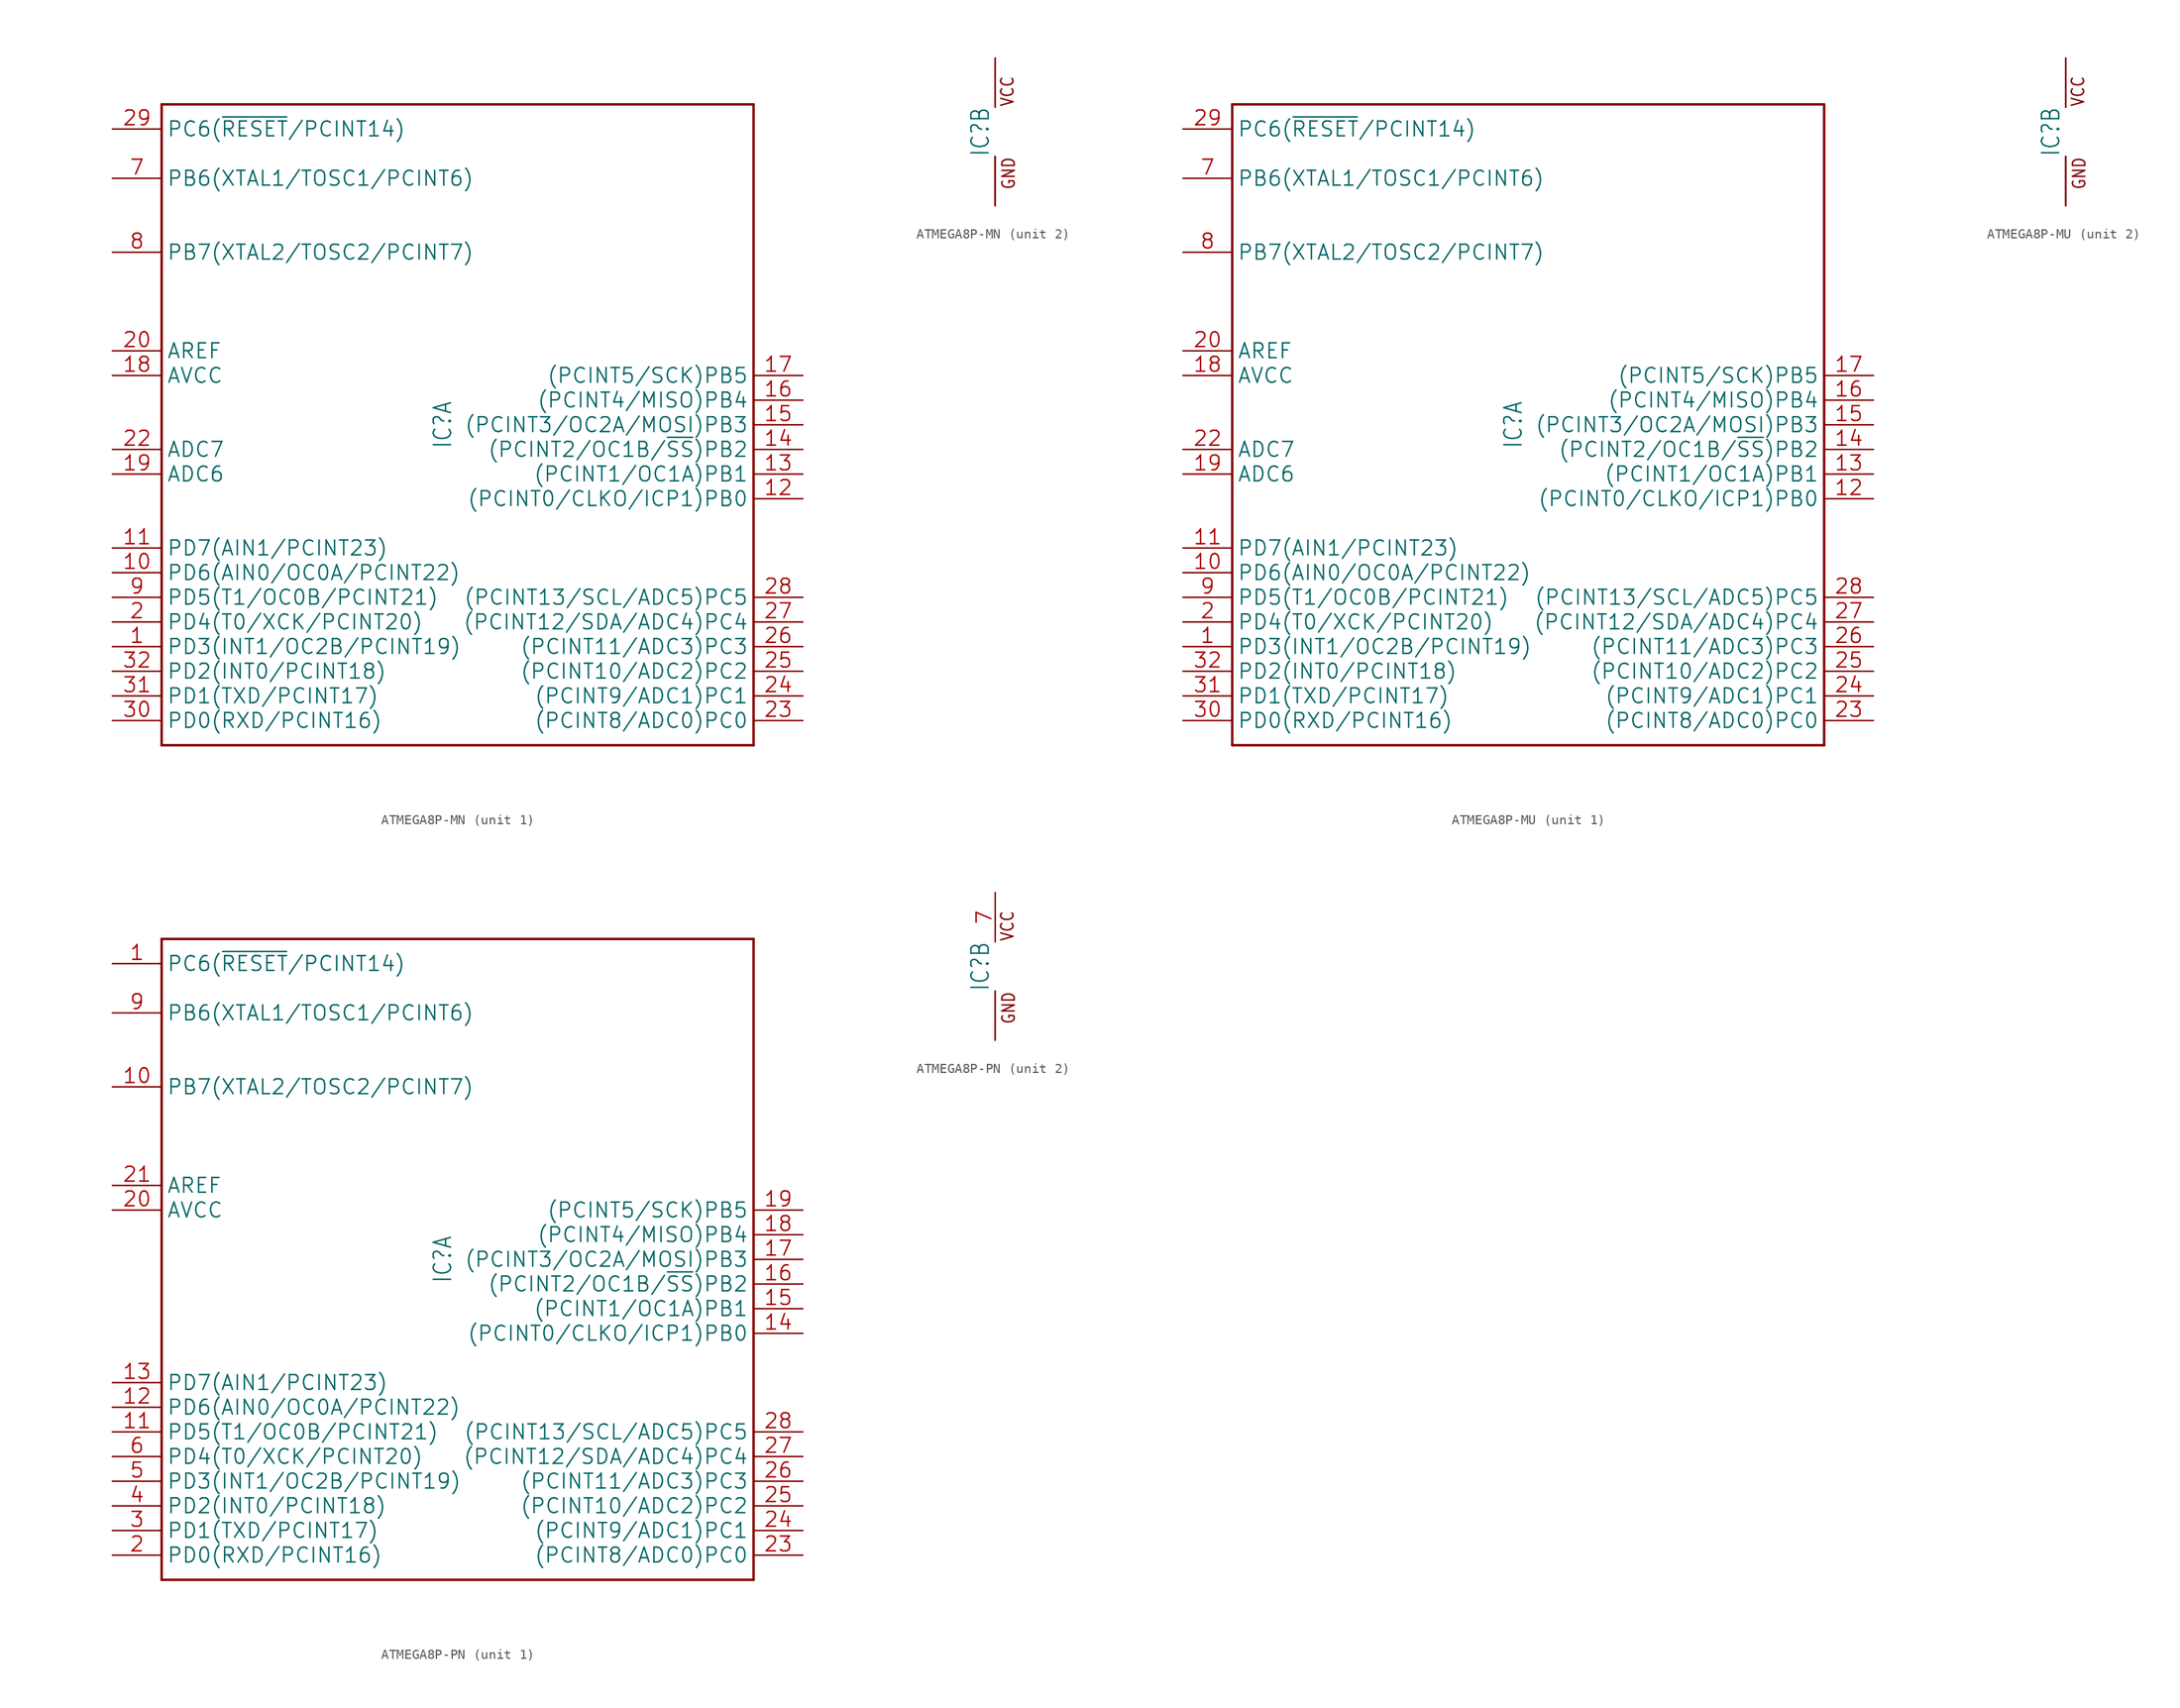
<source format=kicad_sym>
(kicad_symbol_lib
  (version 20241209)
  (generator "kicad_symbol_editor")
  (generator_version "9.0")
  (symbol "ATMEGA8P-MN"
    (property "Reference" "IC"
      (at -0.508 0 90)
      (effects (font (size 1.778 1.511)) (justify bottom)))
    (property "ki_locked" ""
      (at 0 0 0)
      (effects (font (size 1.27 1.27))))
    (symbol "ATMEGA8P-MN_1_0"
      (polyline (pts (xy -30.48 33.02) (xy 30.48 33.02)) (stroke (width 0.254) (type solid)) (fill (type none)))
      (polyline (pts (xy -30.48 -33.02) (xy -30.48 33.02)) (stroke (width 0.254) (type solid)) (fill (type none)))
      (polyline (pts (xy 30.48 33.02) (xy 30.48 -33.02)) (stroke (width 0.254) (type solid)) (fill (type none)))
      (polyline (pts (xy 30.48 -33.02) (xy -30.48 -33.02)) (stroke (width 0.254) (type solid)) (fill (type none)))
      (pin bidirectional line (at -35.56 30.48 0) (length 5.08) (name "PC6(~{RESET}/PCINT14)" (effects (font (size 1.524 1.524)))) (number "29" (effects (font (size 1.524 1.524)))))
      (pin bidirectional line (at -35.56 25.4 0) (length 5.08) (name "PB6(XTAL1/TOSC1/PCINT6)" (effects (font (size 1.524 1.524)))) (number "7" (effects (font (size 1.524 1.524)))))
      (pin bidirectional line (at -35.56 17.78 0) (length 5.08) (name "PB7(XTAL2/TOSC2/PCINT7)" (effects (font (size 1.524 1.524)))) (number "8" (effects (font (size 1.524 1.524)))))
      (pin passive line (at -35.56 7.62 0) (length 5.08) (name "AREF" (effects (font (size 1.524 1.524)))) (number "20" (effects (font (size 1.524 1.524)))))
      (pin power_in line (at -35.56 5.08 0) (length 5.08) (name "AVCC" (effects (font (size 1.524 1.524)))) (number "18" (effects (font (size 1.524 1.524)))))
      (pin bidirectional line (at -35.56 -2.54 0) (length 5.08) (name "ADC7" (effects (font (size 1.524 1.524)))) (number "22" (effects (font (size 1.524 1.524)))))
      (pin bidirectional line (at -35.56 -5.08 0) (length 5.08) (name "ADC6" (effects (font (size 1.524 1.524)))) (number "19" (effects (font (size 1.524 1.524)))))
      (pin bidirectional line (at -35.56 -12.7 0) (length 5.08) (name "PD7(AIN1/PCINT23)" (effects (font (size 1.524 1.524)))) (number "11" (effects (font (size 1.524 1.524)))))
      (pin bidirectional line (at -35.56 -15.24 0) (length 5.08) (name "PD6(AIN0/OC0A/PCINT22)" (effects (font (size 1.524 1.524)))) (number "10" (effects (font (size 1.524 1.524)))))
      (pin bidirectional line (at -35.56 -17.78 0) (length 5.08) (name "PD5(T1/OC0B/PCINT21)" (effects (font (size 1.524 1.524)))) (number "9" (effects (font (size 1.524 1.524)))))
      (pin bidirectional line (at -35.56 -20.32 0) (length 5.08) (name "PD4(T0/XCK/PCINT20)" (effects (font (size 1.524 1.524)))) (number "2" (effects (font (size 1.524 1.524)))))
      (pin bidirectional line (at -35.56 -22.86 0) (length 5.08) (name "PD3(INT1/OC2B/PCINT19)" (effects (font (size 1.524 1.524)))) (number "1" (effects (font (size 1.524 1.524)))))
      (pin bidirectional line (at -35.56 -25.4 0) (length 5.08) (name "PD2(INT0/PCINT18)" (effects (font (size 1.524 1.524)))) (number "32" (effects (font (size 1.524 1.524)))))
      (pin bidirectional line (at -35.56 -27.94 0) (length 5.08) (name "PD1(TXD/PCINT17)" (effects (font (size 1.524 1.524)))) (number "31" (effects (font (size 1.524 1.524)))))
      (pin bidirectional line (at -35.56 -30.48 0) (length 5.08) (name "PD0(RXD/PCINT16)" (effects (font (size 1.524 1.524)))) (number "30" (effects (font (size 1.524 1.524)))))
      (pin bidirectional line (at 35.56 5.08 180) (length 5.08) (name "(PCINT5/SCK)PB5" (effects (font (size 1.524 1.524)))) (number "17" (effects (font (size 1.524 1.524)))))
      (pin bidirectional line (at 35.56 2.54 180) (length 5.08) (name "(PCINT4/MISO)PB4" (effects (font (size 1.524 1.524)))) (number "16" (effects (font (size 1.524 1.524)))))
      (pin bidirectional line (at 35.56 0 180) (length 5.08) (name "(PCINT3/OC2A/MOSI)PB3" (effects (font (size 1.524 1.524)))) (number "15" (effects (font (size 1.524 1.524)))))
      (pin bidirectional line (at 35.56 -2.54 180) (length 5.08) (name "(PCINT2/OC1B/~{SS})PB2" (effects (font (size 1.524 1.524)))) (number "14" (effects (font (size 1.524 1.524)))))
      (pin bidirectional line (at 35.56 -5.08 180) (length 5.08) (name "(PCINT1/OC1A)PB1" (effects (font (size 1.524 1.524)))) (number "13" (effects (font (size 1.524 1.524)))))
      (pin bidirectional line (at 35.56 -7.62 180) (length 5.08) (name "(PCINT0/CLKO/ICP1)PB0" (effects (font (size 1.524 1.524)))) (number "12" (effects (font (size 1.524 1.524)))))
      (pin bidirectional line (at 35.56 -17.78 180) (length 5.08) (name "(PCINT13/SCL/ADC5)PC5" (effects (font (size 1.524 1.524)))) (number "28" (effects (font (size 1.524 1.524)))))
      (pin bidirectional line (at 35.56 -20.32 180) (length 5.08) (name "(PCINT12/SDA/ADC4)PC4" (effects (font (size 1.524 1.524)))) (number "27" (effects (font (size 1.524 1.524)))))
      (pin bidirectional line (at 35.56 -22.86 180) (length 5.08) (name "(PCINT11/ADC3)PC3" (effects (font (size 1.524 1.524)))) (number "26" (effects (font (size 1.524 1.524)))))
      (pin bidirectional line (at 35.56 -25.4 180) (length 5.08) (name "(PCINT10/ADC2)PC2" (effects (font (size 1.524 1.524)))) (number "25" (effects (font (size 1.524 1.524)))))
      (pin bidirectional line (at 35.56 -27.94 180) (length 5.08) (name "(PCINT9/ADC1)PC1" (effects (font (size 1.524 1.524)))) (number "24" (effects (font (size 1.524 1.524)))))
      (pin bidirectional line (at 35.56 -30.48 180) (length 5.08) (name "(PCINT8/ADC0)PC0" (effects (font (size 1.524 1.524)))) (number "23" (effects (font (size 1.524 1.524))))))
    (symbol "ATMEGA8P-MN_2_0"
      (text "VCC" (at 0.508 2.54 900) (effects (font (size 1.27 1.079)) (justify left top)))
      (text "GND" (at 0.635 -2.54 900) (effects (font (size 1.27 1.079)) (justify right top)))
      (pin power_in line (at 0 7.62 270) (length 5.08) (name "VCC" (effects (font (size 0 0)))) (number "4" (effects (font (size 0 0)))))
      (pin power_in line (at 0 7.62 270) (length 5.08) (name "VCC" (effects (font (size 0 0)))) (number "6" (effects (font (size 0 0)))))
      (pin power_in line (at 0 -7.62 90) (length 5.08) (name "GND" (effects (font (size 0 0)))) (number "21" (effects (font (size 0 0)))))
      (pin power_in line (at 0 -7.62 90) (length 5.08) (name "GND" (effects (font (size 0 0)))) (number "3" (effects (font (size 0 0)))))
      (pin power_in line (at 0 -7.62 90) (length 5.08) (name "GND" (effects (font (size 0 0)))) (number "5" (effects (font (size 0 0)))))
      (pin power_in line (at 0 -7.62 90) (length 5.08) (name "GND" (effects (font (size 0 0)))) (number "EXP" (effects (font (size 0 0)))))))
  (symbol "ATMEGA8P-MU"
    (property "Reference" "IC"
      (at -0.508 0 90)
      (effects (font (size 1.778 1.511)) (justify bottom)))
    (property "ki_locked" ""
      (at 0 0 0)
      (effects (font (size 1.27 1.27))))
    (symbol "ATMEGA8P-MU_1_0"
      (polyline (pts (xy -30.48 33.02) (xy 30.48 33.02)) (stroke (width 0.254) (type solid)) (fill (type none)))
      (polyline (pts (xy -30.48 -33.02) (xy -30.48 33.02)) (stroke (width 0.254) (type solid)) (fill (type none)))
      (polyline (pts (xy 30.48 33.02) (xy 30.48 -33.02)) (stroke (width 0.254) (type solid)) (fill (type none)))
      (polyline (pts (xy 30.48 -33.02) (xy -30.48 -33.02)) (stroke (width 0.254) (type solid)) (fill (type none)))
      (pin bidirectional line (at -35.56 30.48 0) (length 5.08) (name "PC6(~{RESET}/PCINT14)" (effects (font (size 1.524 1.524)))) (number "29" (effects (font (size 1.524 1.524)))))
      (pin bidirectional line (at -35.56 25.4 0) (length 5.08) (name "PB6(XTAL1/TOSC1/PCINT6)" (effects (font (size 1.524 1.524)))) (number "7" (effects (font (size 1.524 1.524)))))
      (pin bidirectional line (at -35.56 17.78 0) (length 5.08) (name "PB7(XTAL2/TOSC2/PCINT7)" (effects (font (size 1.524 1.524)))) (number "8" (effects (font (size 1.524 1.524)))))
      (pin passive line (at -35.56 7.62 0) (length 5.08) (name "AREF" (effects (font (size 1.524 1.524)))) (number "20" (effects (font (size 1.524 1.524)))))
      (pin power_in line (at -35.56 5.08 0) (length 5.08) (name "AVCC" (effects (font (size 1.524 1.524)))) (number "18" (effects (font (size 1.524 1.524)))))
      (pin bidirectional line (at -35.56 -2.54 0) (length 5.08) (name "ADC7" (effects (font (size 1.524 1.524)))) (number "22" (effects (font (size 1.524 1.524)))))
      (pin bidirectional line (at -35.56 -5.08 0) (length 5.08) (name "ADC6" (effects (font (size 1.524 1.524)))) (number "19" (effects (font (size 1.524 1.524)))))
      (pin bidirectional line (at -35.56 -12.7 0) (length 5.08) (name "PD7(AIN1/PCINT23)" (effects (font (size 1.524 1.524)))) (number "11" (effects (font (size 1.524 1.524)))))
      (pin bidirectional line (at -35.56 -15.24 0) (length 5.08) (name "PD6(AIN0/OC0A/PCINT22)" (effects (font (size 1.524 1.524)))) (number "10" (effects (font (size 1.524 1.524)))))
      (pin bidirectional line (at -35.56 -17.78 0) (length 5.08) (name "PD5(T1/OC0B/PCINT21)" (effects (font (size 1.524 1.524)))) (number "9" (effects (font (size 1.524 1.524)))))
      (pin bidirectional line (at -35.56 -20.32 0) (length 5.08) (name "PD4(T0/XCK/PCINT20)" (effects (font (size 1.524 1.524)))) (number "2" (effects (font (size 1.524 1.524)))))
      (pin bidirectional line (at -35.56 -22.86 0) (length 5.08) (name "PD3(INT1/OC2B/PCINT19)" (effects (font (size 1.524 1.524)))) (number "1" (effects (font (size 1.524 1.524)))))
      (pin bidirectional line (at -35.56 -25.4 0) (length 5.08) (name "PD2(INT0/PCINT18)" (effects (font (size 1.524 1.524)))) (number "32" (effects (font (size 1.524 1.524)))))
      (pin bidirectional line (at -35.56 -27.94 0) (length 5.08) (name "PD1(TXD/PCINT17)" (effects (font (size 1.524 1.524)))) (number "31" (effects (font (size 1.524 1.524)))))
      (pin bidirectional line (at -35.56 -30.48 0) (length 5.08) (name "PD0(RXD/PCINT16)" (effects (font (size 1.524 1.524)))) (number "30" (effects (font (size 1.524 1.524)))))
      (pin bidirectional line (at 35.56 5.08 180) (length 5.08) (name "(PCINT5/SCK)PB5" (effects (font (size 1.524 1.524)))) (number "17" (effects (font (size 1.524 1.524)))))
      (pin bidirectional line (at 35.56 2.54 180) (length 5.08) (name "(PCINT4/MISO)PB4" (effects (font (size 1.524 1.524)))) (number "16" (effects (font (size 1.524 1.524)))))
      (pin bidirectional line (at 35.56 0 180) (length 5.08) (name "(PCINT3/OC2A/MOSI)PB3" (effects (font (size 1.524 1.524)))) (number "15" (effects (font (size 1.524 1.524)))))
      (pin bidirectional line (at 35.56 -2.54 180) (length 5.08) (name "(PCINT2/OC1B/~{SS})PB2" (effects (font (size 1.524 1.524)))) (number "14" (effects (font (size 1.524 1.524)))))
      (pin bidirectional line (at 35.56 -5.08 180) (length 5.08) (name "(PCINT1/OC1A)PB1" (effects (font (size 1.524 1.524)))) (number "13" (effects (font (size 1.524 1.524)))))
      (pin bidirectional line (at 35.56 -7.62 180) (length 5.08) (name "(PCINT0/CLKO/ICP1)PB0" (effects (font (size 1.524 1.524)))) (number "12" (effects (font (size 1.524 1.524)))))
      (pin bidirectional line (at 35.56 -17.78 180) (length 5.08) (name "(PCINT13/SCL/ADC5)PC5" (effects (font (size 1.524 1.524)))) (number "28" (effects (font (size 1.524 1.524)))))
      (pin bidirectional line (at 35.56 -20.32 180) (length 5.08) (name "(PCINT12/SDA/ADC4)PC4" (effects (font (size 1.524 1.524)))) (number "27" (effects (font (size 1.524 1.524)))))
      (pin bidirectional line (at 35.56 -22.86 180) (length 5.08) (name "(PCINT11/ADC3)PC3" (effects (font (size 1.524 1.524)))) (number "26" (effects (font (size 1.524 1.524)))))
      (pin bidirectional line (at 35.56 -25.4 180) (length 5.08) (name "(PCINT10/ADC2)PC2" (effects (font (size 1.524 1.524)))) (number "25" (effects (font (size 1.524 1.524)))))
      (pin bidirectional line (at 35.56 -27.94 180) (length 5.08) (name "(PCINT9/ADC1)PC1" (effects (font (size 1.524 1.524)))) (number "24" (effects (font (size 1.524 1.524)))))
      (pin bidirectional line (at 35.56 -30.48 180) (length 5.08) (name "(PCINT8/ADC0)PC0" (effects (font (size 1.524 1.524)))) (number "23" (effects (font (size 1.524 1.524))))))
    (symbol "ATMEGA8P-MU_2_0"
      (text "VCC" (at 0.508 2.54 900) (effects (font (size 1.27 1.079)) (justify left top)))
      (text "GND" (at 0.635 -2.54 900) (effects (font (size 1.27 1.079)) (justify right top)))
      (pin power_in line (at 0 7.62 270) (length 5.08) (name "VCC" (effects (font (size 0 0)))) (number "4" (effects (font (size 0 0)))))
      (pin power_in line (at 0 7.62 270) (length 5.08) (name "VCC" (effects (font (size 0 0)))) (number "6" (effects (font (size 0 0)))))
      (pin power_in line (at 0 -7.62 90) (length 5.08) (name "GND" (effects (font (size 0 0)))) (number "21" (effects (font (size 0 0)))))
      (pin power_in line (at 0 -7.62 90) (length 5.08) (name "GND" (effects (font (size 0 0)))) (number "3" (effects (font (size 0 0)))))
      (pin power_in line (at 0 -7.62 90) (length 5.08) (name "GND" (effects (font (size 0 0)))) (number "5" (effects (font (size 0 0)))))
      (pin power_in line (at 0 -7.62 90) (length 5.08) (name "GND" (effects (font (size 0 0)))) (number "EXP" (effects (font (size 0 0)))))))
  (symbol "ATMEGA8P-PN"
    (property "Reference" "IC"
      (at -0.508 0 90)
      (effects (font (size 1.778 1.511)) (justify bottom)))
    (property "ki_locked" ""
      (at 0 0 0)
      (effects (font (size 1.27 1.27))))
    (symbol "ATMEGA8P-PN_1_0"
      (polyline (pts (xy -30.48 33.02) (xy 30.48 33.02)) (stroke (width 0.254) (type solid)) (fill (type none)))
      (polyline (pts (xy -30.48 -33.02) (xy -30.48 33.02)) (stroke (width 0.254) (type solid)) (fill (type none)))
      (polyline (pts (xy 30.48 33.02) (xy 30.48 -33.02)) (stroke (width 0.254) (type solid)) (fill (type none)))
      (polyline (pts (xy 30.48 -33.02) (xy -30.48 -33.02)) (stroke (width 0.254) (type solid)) (fill (type none)))
      (pin bidirectional line (at -35.56 30.48 0) (length 5.08) (name "PC6(~{RESET}/PCINT14)" (effects (font (size 1.524 1.524)))) (number "1" (effects (font (size 1.524 1.524)))))
      (pin bidirectional line (at -35.56 25.4 0) (length 5.08) (name "PB6(XTAL1/TOSC1/PCINT6)" (effects (font (size 1.524 1.524)))) (number "9" (effects (font (size 1.524 1.524)))))
      (pin bidirectional line (at -35.56 17.78 0) (length 5.08) (name "PB7(XTAL2/TOSC2/PCINT7)" (effects (font (size 1.524 1.524)))) (number "10" (effects (font (size 1.524 1.524)))))
      (pin passive line (at -35.56 7.62 0) (length 5.08) (name "AREF" (effects (font (size 1.524 1.524)))) (number "21" (effects (font (size 1.524 1.524)))))
      (pin power_in line (at -35.56 5.08 0) (length 5.08) (name "AVCC" (effects (font (size 1.524 1.524)))) (number "20" (effects (font (size 1.524 1.524)))))
      (pin bidirectional line (at -35.56 -12.7 0) (length 5.08) (name "PD7(AIN1/PCINT23)" (effects (font (size 1.524 1.524)))) (number "13" (effects (font (size 1.524 1.524)))))
      (pin bidirectional line (at -35.56 -15.24 0) (length 5.08) (name "PD6(AIN0/OC0A/PCINT22)" (effects (font (size 1.524 1.524)))) (number "12" (effects (font (size 1.524 1.524)))))
      (pin bidirectional line (at -35.56 -17.78 0) (length 5.08) (name "PD5(T1/OC0B/PCINT21)" (effects (font (size 1.524 1.524)))) (number "11" (effects (font (size 1.524 1.524)))))
      (pin bidirectional line (at -35.56 -20.32 0) (length 5.08) (name "PD4(T0/XCK/PCINT20)" (effects (font (size 1.524 1.524)))) (number "6" (effects (font (size 1.524 1.524)))))
      (pin bidirectional line (at -35.56 -22.86 0) (length 5.08) (name "PD3(INT1/OC2B/PCINT19)" (effects (font (size 1.524 1.524)))) (number "5" (effects (font (size 1.524 1.524)))))
      (pin bidirectional line (at -35.56 -25.4 0) (length 5.08) (name "PD2(INT0/PCINT18)" (effects (font (size 1.524 1.524)))) (number "4" (effects (font (size 1.524 1.524)))))
      (pin bidirectional line (at -35.56 -27.94 0) (length 5.08) (name "PD1(TXD/PCINT17)" (effects (font (size 1.524 1.524)))) (number "3" (effects (font (size 1.524 1.524)))))
      (pin bidirectional line (at -35.56 -30.48 0) (length 5.08) (name "PD0(RXD/PCINT16)" (effects (font (size 1.524 1.524)))) (number "2" (effects (font (size 1.524 1.524)))))
      (pin bidirectional line (at 35.56 5.08 180) (length 5.08) (name "(PCINT5/SCK)PB5" (effects (font (size 1.524 1.524)))) (number "19" (effects (font (size 1.524 1.524)))))
      (pin bidirectional line (at 35.56 2.54 180) (length 5.08) (name "(PCINT4/MISO)PB4" (effects (font (size 1.524 1.524)))) (number "18" (effects (font (size 1.524 1.524)))))
      (pin bidirectional line (at 35.56 0 180) (length 5.08) (name "(PCINT3/OC2A/MOSI)PB3" (effects (font (size 1.524 1.524)))) (number "17" (effects (font (size 1.524 1.524)))))
      (pin bidirectional line (at 35.56 -2.54 180) (length 5.08) (name "(PCINT2/OC1B/~{SS})PB2" (effects (font (size 1.524 1.524)))) (number "16" (effects (font (size 1.524 1.524)))))
      (pin bidirectional line (at 35.56 -5.08 180) (length 5.08) (name "(PCINT1/OC1A)PB1" (effects (font (size 1.524 1.524)))) (number "15" (effects (font (size 1.524 1.524)))))
      (pin bidirectional line (at 35.56 -7.62 180) (length 5.08) (name "(PCINT0/CLKO/ICP1)PB0" (effects (font (size 1.524 1.524)))) (number "14" (effects (font (size 1.524 1.524)))))
      (pin bidirectional line (at 35.56 -17.78 180) (length 5.08) (name "(PCINT13/SCL/ADC5)PC5" (effects (font (size 1.524 1.524)))) (number "28" (effects (font (size 1.524 1.524)))))
      (pin bidirectional line (at 35.56 -20.32 180) (length 5.08) (name "(PCINT12/SDA/ADC4)PC4" (effects (font (size 1.524 1.524)))) (number "27" (effects (font (size 1.524 1.524)))))
      (pin bidirectional line (at 35.56 -22.86 180) (length 5.08) (name "(PCINT11/ADC3)PC3" (effects (font (size 1.524 1.524)))) (number "26" (effects (font (size 1.524 1.524)))))
      (pin bidirectional line (at 35.56 -25.4 180) (length 5.08) (name "(PCINT10/ADC2)PC2" (effects (font (size 1.524 1.524)))) (number "25" (effects (font (size 1.524 1.524)))))
      (pin bidirectional line (at 35.56 -27.94 180) (length 5.08) (name "(PCINT9/ADC1)PC1" (effects (font (size 1.524 1.524)))) (number "24" (effects (font (size 1.524 1.524)))))
      (pin bidirectional line (at 35.56 -30.48 180) (length 5.08) (name "(PCINT8/ADC0)PC0" (effects (font (size 1.524 1.524)))) (number "23" (effects (font (size 1.524 1.524))))))
    (symbol "ATMEGA8P-PN_2_0"
      (text "VCC" (at 0.508 2.54 900) (effects (font (size 1.27 1.079)) (justify left top)))
      (text "GND" (at 0.635 -2.54 900) (effects (font (size 1.27 1.079)) (justify right top)))
      (pin power_in line (at 0 7.62 270) (length 5.08) (name "VCC" (effects (font (size 0 0)))) (number "7" (effects (font (size 1.524 1.524)))))
      (pin power_in line (at 0 -7.62 90) (length 5.08) (name "GND" (effects (font (size 0 0)))) (number "22" (effects (font (size 0 0)))))
      (pin power_in line (at 0 -7.62 90) (length 5.08) (name "GND" (effects (font (size 0 0)))) (number "8" (effects (font (size 0 0))))))))
</source>
